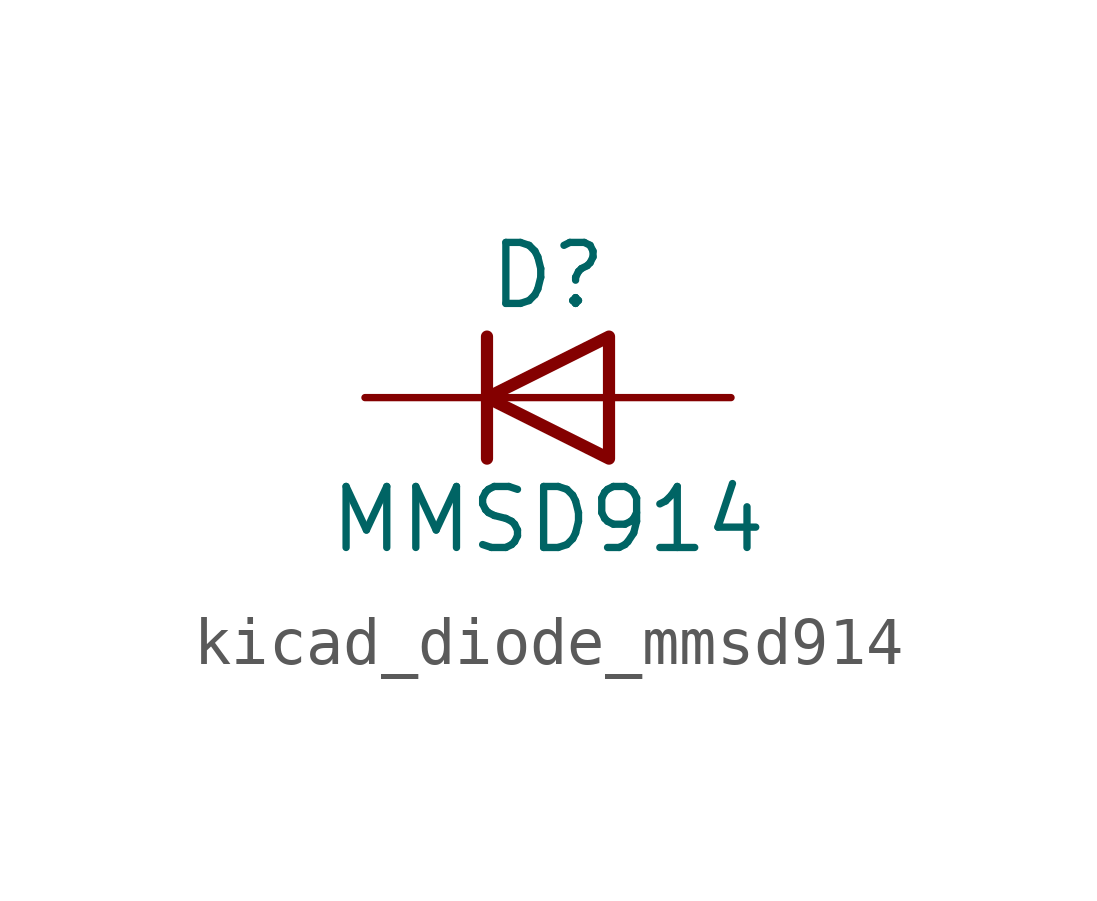
<source format=kicad_sym>
(kicad_symbol_lib
  (version 20220914)
  (generator kicad_symbol_editor)
  (symbol "kicad_diode_mmsd914"
    (pin_numbers hide)
    (pin_names hide)
    (property "Reference" "D"
      (at 0 2.54 0)
      (effects (font (size 1.27 1.27))))
    (property "Value" "MMSD914"
      (at 0 -2.54 0)
      (effects (font (size 1.27 1.27))))
    (symbol "kicad_diode_mmsd914_0_1"
      (polyline (pts (xy -1.27 1.27) (xy -1.27 -1.27)) (stroke (width 0.254) (type default)) (fill (type none)))
      (polyline (pts (xy 1.27 0) (xy -1.27 0)) (stroke (width 0) (type default)) (fill (type none)))
      (polyline (pts (xy 1.27 1.27) (xy 1.27 -1.27) (xy -1.27 0) (xy 1.27 1.27)) (stroke (width 0.254) (type default)) (fill (type none))))
    (symbol "kicad_diode_mmsd914_1_1"
      (pin passive line (at -3.81 0 0) (length 2.54) (name "K" (effects (font (size 1.27 1.27)))) (number "1" (effects (font (size 1.27 1.27)))))
      (pin passive line (at 3.81 0 180) (length 2.54) (name "A" (effects (font (size 1.27 1.27)))) (number "2" (effects (font (size 1.27 1.27))))))))
</source>
